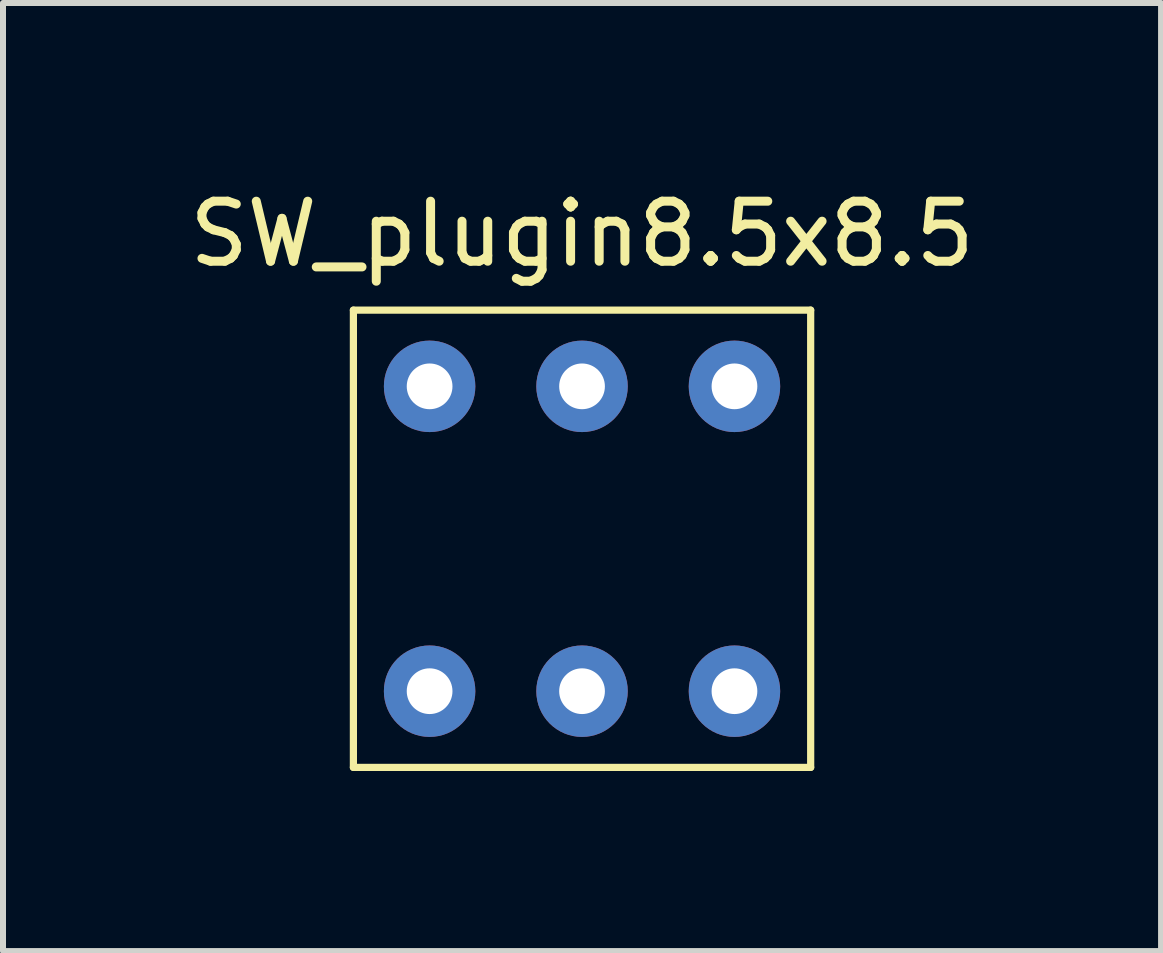
<source format=kicad_pcb>
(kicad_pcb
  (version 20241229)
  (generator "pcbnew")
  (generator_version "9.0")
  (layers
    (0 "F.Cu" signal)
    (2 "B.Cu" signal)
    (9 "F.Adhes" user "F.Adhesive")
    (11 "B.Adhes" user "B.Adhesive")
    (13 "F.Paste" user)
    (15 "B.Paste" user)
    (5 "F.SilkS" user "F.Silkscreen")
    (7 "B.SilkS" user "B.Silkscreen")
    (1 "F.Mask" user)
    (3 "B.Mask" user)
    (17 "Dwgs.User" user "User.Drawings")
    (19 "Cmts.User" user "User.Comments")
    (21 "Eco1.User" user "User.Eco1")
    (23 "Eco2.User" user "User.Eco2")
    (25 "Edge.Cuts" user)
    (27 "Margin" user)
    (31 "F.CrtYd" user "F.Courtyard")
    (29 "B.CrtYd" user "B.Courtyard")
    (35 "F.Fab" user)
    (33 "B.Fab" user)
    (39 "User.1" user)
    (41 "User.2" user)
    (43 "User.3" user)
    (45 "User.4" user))
  (footprint "SW_plugin8.5x8.5"
    (layer "F.Cu")
    (at 4.109 3.388)
    (property "Reference" "SW_plugin8.5x8.5" (at 2.54 -2.54 0) (layer "F.SilkS") (effects (font (size 1 1) (thickness 0.15))))
    (attr through_hole)
    (fp_line (start -1.27 -1.27) (end -1.27 6.35) (stroke (width 0.12) (type solid)) (layer "F.SilkS"))
    (fp_line (start -1.27 6.35) (end 6.35 6.35) (stroke (width 0.12) (type solid)) (layer "F.SilkS"))
    (fp_line (start 6.35 -1.27) (end -1.27 -1.27) (stroke (width 0.12) (type solid)) (layer "F.SilkS"))
    (fp_line (start 6.35 6.35) (end 6.35 -1.27) (stroke (width 0.12) (type solid)) (layer "F.SilkS"))
    (pad "1" thru_hole circle (at 0 0) (size 1.524 1.524) (drill 0.762) (layers "*.Cu" "*.Mask"))
    (pad "1" thru_hole circle (at 0 5.08) (size 1.524 1.524) (drill 0.762) (layers "*.Cu" "*.Mask"))
    (pad "2" thru_hole circle (at 2.54 0) (size 1.524 1.524) (drill 0.762) (layers "*.Cu" "*.Mask"))
    (pad "2" thru_hole circle (at 2.54 5.08) (size 1.524 1.524) (drill 0.762) (layers "*.Cu" "*.Mask"))
    (pad "3" thru_hole circle (at 5.08 0) (size 1.524 1.524) (drill 0.762) (layers "*.Cu" "*.Mask"))
    (pad "3" thru_hole circle (at 5.08 5.08) (size 1.524 1.524) (drill 0.762) (layers "*.Cu" "*.Mask")))
  (gr_rect
    (start -3 -3)
    (end 16.298 12.798)
    (stroke (width 0.1) (type default))
    (fill no)
    (layer "Edge.Cuts")))
</source>
